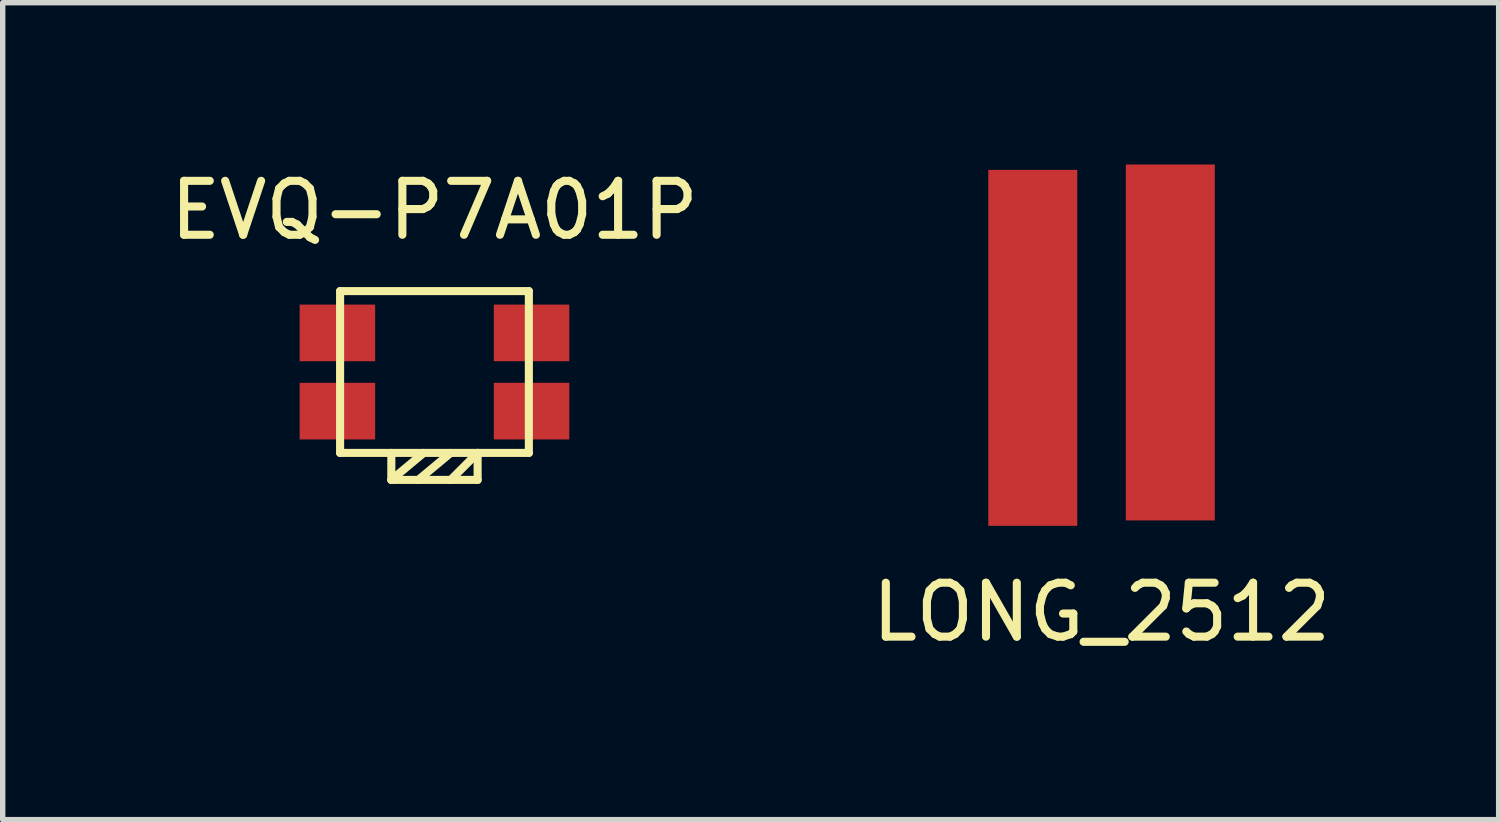
<source format=kicad_pcb>
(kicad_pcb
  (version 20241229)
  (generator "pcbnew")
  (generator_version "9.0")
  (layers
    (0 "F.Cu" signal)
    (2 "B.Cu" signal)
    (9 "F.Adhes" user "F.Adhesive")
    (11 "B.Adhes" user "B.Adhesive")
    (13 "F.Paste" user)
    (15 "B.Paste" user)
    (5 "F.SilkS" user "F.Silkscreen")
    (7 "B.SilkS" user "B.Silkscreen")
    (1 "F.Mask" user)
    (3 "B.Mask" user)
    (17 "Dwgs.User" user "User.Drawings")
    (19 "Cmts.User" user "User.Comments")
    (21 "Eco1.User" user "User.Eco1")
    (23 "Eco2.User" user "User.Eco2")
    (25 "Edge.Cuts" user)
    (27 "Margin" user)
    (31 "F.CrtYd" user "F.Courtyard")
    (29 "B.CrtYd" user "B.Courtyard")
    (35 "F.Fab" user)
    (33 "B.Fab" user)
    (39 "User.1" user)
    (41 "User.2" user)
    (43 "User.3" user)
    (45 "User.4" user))
  (footprint "LONG_2512"
    (layer "F.Cu")
    (at 17.375 3.3)
    (property "Reference" "LONG_2512" (at 0 5 0) (layer "F.SilkS") (effects (font (size 1 1) (thickness 0.15))))
    (attr through_hole)
    (pad "1" smd rect (at 1.275 0) (size 1.65 6.6) (layers "F.Cu" "F.Mask" "F.Paste"))
    (pad "2" smd rect (at -1.275 0.1) (size 1.65 6.6) (layers "F.Cu" "F.Mask" "F.Paste")))
  (footprint "EVQ-P7A01P"
    (layer "F.Cu")
    (at 5.006 3.848)
    (property "Reference" "EVQ-P7A01P" (at 0 -3 0) (layer "F.SilkS") (effects (font (size 1 1) (thickness 0.15))))
    (attr through_hole)
    (fp_line (start -1.75 -1.5) (end 1.75 -1.5) (stroke (width 0.15) (type solid)) (layer "F.SilkS"))
    (fp_line (start -1.75 1.5) (end -1.75 -1.5) (stroke (width 0.15) (type solid)) (layer "F.SilkS"))
    (fp_line (start -1.75 1.5) (end 1.75 1.5) (stroke (width 0.15) (type solid)) (layer "F.SilkS"))
    (fp_line (start -0.8 1.5) (end -0.8 2) (stroke (width 0.15) (type solid)) (layer "F.SilkS"))
    (fp_line (start -0.8 2) (end -0.2 1.5) (stroke (width 0.15) (type solid)) (layer "F.SilkS"))
    (fp_line (start -0.8 2) (end 0.8 2) (stroke (width 0.15) (type solid)) (layer "F.SilkS"))
    (fp_line (start -0.3 2) (end 0.3 1.5) (stroke (width 0.15) (type solid)) (layer "F.SilkS"))
    (fp_line (start 0.8 1.5) (end 0.3 2) (stroke (width 0.15) (type solid)) (layer "F.SilkS"))
    (fp_line (start 0.8 2) (end 0.8 1.5) (stroke (width 0.15) (type solid)) (layer "F.SilkS"))
    (fp_line (start 1.75 -1.5) (end 1.75 1.5) (stroke (width 0.15) (type solid)) (layer "F.SilkS"))
    (pad "1" smd rect (at -1.8 -0.725) (size 1.4 1.05) (layers "F.Cu" "F.Mask" "F.Paste"))
    (pad "1" smd rect (at 1.8 -0.725) (size 1.4 1.05) (layers "F.Cu" "F.Mask" "F.Paste"))
    (pad "2" smd rect (at -1.8 0.725) (size 1.4 1.05) (layers "F.Cu" "F.Mask" "F.Paste"))
    (pad "2" smd rect (at 1.8 0.725) (size 1.4 1.05) (layers "F.Cu" "F.Mask" "F.Paste")))
  (gr_rect
    (start -3 -3)
    (end 24.738 12.148)
    (stroke (width 0.1) (type default))
    (fill no)
    (layer "Edge.Cuts")))
</source>
